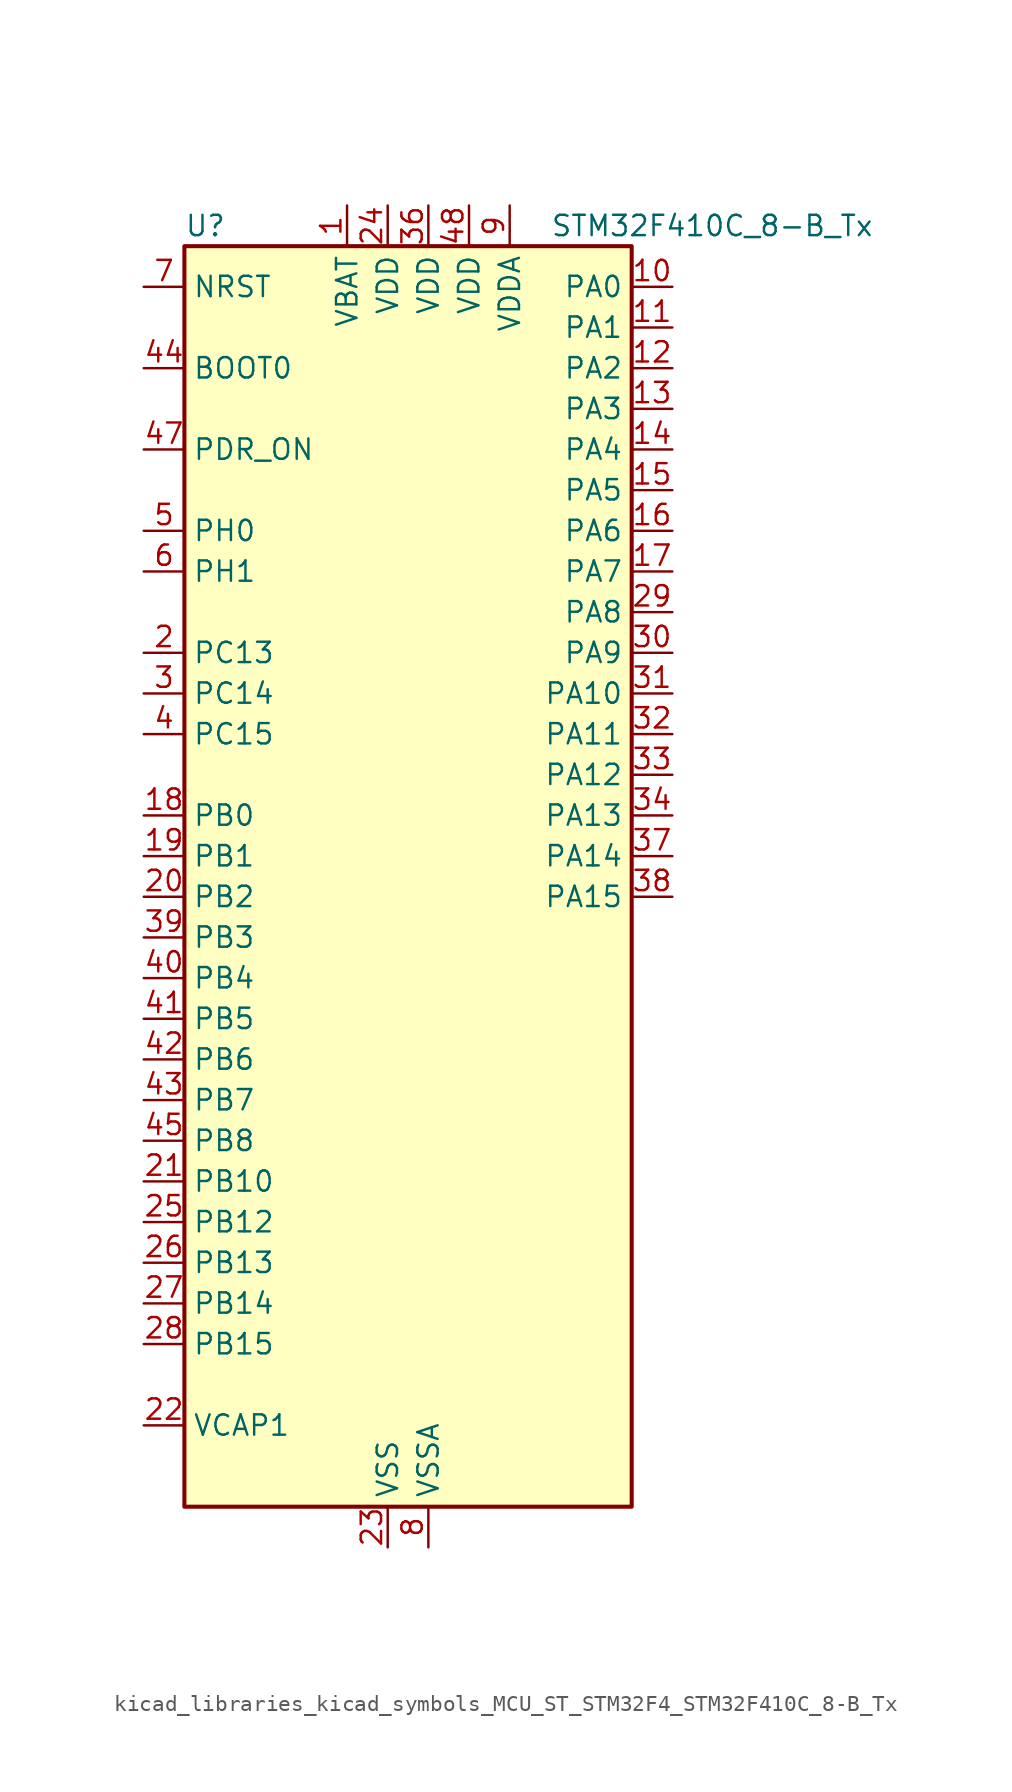
<source format=kicad_sym>
(kicad_symbol_lib
  (version 20220914)
  (generator kicad_symbol_editor)
  (symbol "kicad_libraries_kicad_symbols_MCU_ST_STM32F4_STM32F410C_8-B_Tx"
    (property "Reference" "U"
      (at -12.7 41.91 0)
      (effects (font (size 1.27 1.27)) (justify left)))
    (property "Value" "STM32F410C_8-B_Tx"
      (at 10.16 41.91 0)
      (effects (font (size 1.27 1.27)) (justify left)))
    (property "ki_locked" ""
      (at 0 0 0)
      (effects (font (size 1.27 1.27))))
    (symbol "kicad_libraries_kicad_symbols_MCU_ST_STM32F4_STM32F410C_8-B_Tx_0_1"
      (rectangle (start -12.7 -38.1) (end 15.24 40.64) (stroke (width 0.254) (type default)) (fill (type background))))
    (symbol "kicad_libraries_kicad_symbols_MCU_ST_STM32F4_STM32F410C_8-B_Tx_1_1"
      (pin power_in line (at -2.54 43.18 270) (length 2.54) (name "VBAT" (effects (font (size 1.27 1.27)))) (number "1" (effects (font (size 1.27 1.27)))))
      (pin bidirectional line (at 17.78 38.1 180) (length 2.54) (name "PA0" (effects (font (size 1.27 1.27)))) (number "10" (effects (font (size 1.27 1.27)))) (alternate "ADC1_IN0" bidirectional line) (alternate "SYS_WKUP1" bidirectional line) (alternate "TIM5_CH1" bidirectional line) (alternate "USART2_CTS" bidirectional line))
      (pin bidirectional line (at 17.78 35.56 180) (length 2.54) (name "PA1" (effects (font (size 1.27 1.27)))) (number "11" (effects (font (size 1.27 1.27)))) (alternate "ADC1_IN1" bidirectional line) (alternate "TIM5_CH2" bidirectional line) (alternate "USART2_RTS" bidirectional line))
      (pin bidirectional line (at 17.78 33.02 180) (length 2.54) (name "PA2" (effects (font (size 1.27 1.27)))) (number "12" (effects (font (size 1.27 1.27)))) (alternate "ADC1_IN2" bidirectional line) (alternate "I2S_CKIN" bidirectional line) (alternate "TIM5_CH3" bidirectional line) (alternate "TIM9_CH1" bidirectional line) (alternate "USART2_TX" bidirectional line))
      (pin bidirectional line (at 17.78 30.48 180) (length 2.54) (name "PA3" (effects (font (size 1.27 1.27)))) (number "13" (effects (font (size 1.27 1.27)))) (alternate "ADC1_IN3" bidirectional line) (alternate "I2S2_MCK" bidirectional line) (alternate "TIM5_CH4" bidirectional line) (alternate "TIM9_CH2" bidirectional line) (alternate "USART2_RX" bidirectional line))
      (pin bidirectional line (at 17.78 27.94 180) (length 2.54) (name "PA4" (effects (font (size 1.27 1.27)))) (number "14" (effects (font (size 1.27 1.27)))) (alternate "ADC1_IN4" bidirectional line) (alternate "I2S1_WS" bidirectional line) (alternate "SPI1_NSS" bidirectional line) (alternate "USART2_CK" bidirectional line))
      (pin bidirectional line (at 17.78 25.4 180) (length 2.54) (name "PA5" (effects (font (size 1.27 1.27)))) (number "15" (effects (font (size 1.27 1.27)))) (alternate "ADC1_IN5" bidirectional line) (alternate "DAC_OUT1" bidirectional line) (alternate "I2S1_CK" bidirectional line) (alternate "SPI1_SCK" bidirectional line))
      (pin bidirectional line (at 17.78 22.86 180) (length 2.54) (name "PA6" (effects (font (size 1.27 1.27)))) (number "16" (effects (font (size 1.27 1.27)))) (alternate "ADC1_IN6" bidirectional line) (alternate "I2S2_MCK" bidirectional line) (alternate "SPI1_MISO" bidirectional line) (alternate "TIM1_BKIN" bidirectional line))
      (pin bidirectional line (at 17.78 20.32 180) (length 2.54) (name "PA7" (effects (font (size 1.27 1.27)))) (number "17" (effects (font (size 1.27 1.27)))) (alternate "ADC1_IN7" bidirectional line) (alternate "I2S1_SD" bidirectional line) (alternate "SPI1_MOSI" bidirectional line) (alternate "TIM1_CH1N" bidirectional line))
      (pin bidirectional line (at -15.24 5.08 0) (length 2.54) (name "PB0" (effects (font (size 1.27 1.27)))) (number "18" (effects (font (size 1.27 1.27)))) (alternate "ADC1_IN8" bidirectional line) (alternate "I2S5_CK" bidirectional line) (alternate "SPI5_SCK" bidirectional line) (alternate "TIM1_CH2N" bidirectional line))
      (pin bidirectional line (at -15.24 2.54 0) (length 2.54) (name "PB1" (effects (font (size 1.27 1.27)))) (number "19" (effects (font (size 1.27 1.27)))) (alternate "ADC1_IN9" bidirectional line) (alternate "I2S5_WS" bidirectional line) (alternate "SPI5_NSS" bidirectional line) (alternate "TIM1_CH3N" bidirectional line))
      (pin bidirectional line (at -15.24 15.24 0) (length 2.54) (name "PC13" (effects (font (size 1.27 1.27)))) (number "2" (effects (font (size 1.27 1.27)))) (alternate "RTC_AF1" bidirectional line))
      (pin bidirectional line (at -15.24 0 0) (length 2.54) (name "PB2" (effects (font (size 1.27 1.27)))) (number "20" (effects (font (size 1.27 1.27)))) (alternate "LPTIM1_OUT" bidirectional line))
      (pin bidirectional line (at -15.24 -17.78 0) (length 2.54) (name "PB10" (effects (font (size 1.27 1.27)))) (number "21" (effects (font (size 1.27 1.27)))) (alternate "FMPI2C1_SCL" bidirectional line) (alternate "I2C2_SCL" bidirectional line) (alternate "I2S1_MCK" bidirectional line) (alternate "I2S2_CK" bidirectional line) (alternate "SPI2_SCK" bidirectional line))
      (pin power_out line (at -15.24 -33.02 0) (length 2.54) (name "VCAP1" (effects (font (size 1.27 1.27)))) (number "22" (effects (font (size 1.27 1.27)))))
      (pin power_in line (at 0 -40.64 90) (length 2.54) (name "VSS" (effects (font (size 1.27 1.27)))) (number "23" (effects (font (size 1.27 1.27)))))
      (pin power_in line (at 0 43.18 270) (length 2.54) (name "VDD" (effects (font (size 1.27 1.27)))) (number "24" (effects (font (size 1.27 1.27)))))
      (pin bidirectional line (at -15.24 -20.32 0) (length 2.54) (name "PB12" (effects (font (size 1.27 1.27)))) (number "25" (effects (font (size 1.27 1.27)))) (alternate "I2C2_SMBA" bidirectional line) (alternate "I2S2_WS" bidirectional line) (alternate "SPI2_NSS" bidirectional line) (alternate "TIM1_BKIN" bidirectional line) (alternate "TIM5_CH1" bidirectional line))
      (pin bidirectional line (at -15.24 -22.86 0) (length 2.54) (name "PB13" (effects (font (size 1.27 1.27)))) (number "26" (effects (font (size 1.27 1.27)))) (alternate "FMPI2C1_SMBA" bidirectional line) (alternate "I2S2_CK" bidirectional line) (alternate "SPI2_SCK" bidirectional line) (alternate "TIM1_CH1N" bidirectional line))
      (pin bidirectional line (at -15.24 -25.4 0) (length 2.54) (name "PB14" (effects (font (size 1.27 1.27)))) (number "27" (effects (font (size 1.27 1.27)))) (alternate "FMPI2C1_SDA" bidirectional line) (alternate "SPI2_MISO" bidirectional line) (alternate "TIM1_CH2N" bidirectional line))
      (pin bidirectional line (at -15.24 -27.94 0) (length 2.54) (name "PB15" (effects (font (size 1.27 1.27)))) (number "28" (effects (font (size 1.27 1.27)))) (alternate "ADC1_EXTI15" bidirectional line) (alternate "FMPI2C1_SCL" bidirectional line) (alternate "I2S2_SD" bidirectional line) (alternate "RTC_REFIN" bidirectional line) (alternate "SPI2_MOSI" bidirectional line) (alternate "TIM1_CH3N" bidirectional line))
      (pin bidirectional line (at 17.78 17.78 180) (length 2.54) (name "PA8" (effects (font (size 1.27 1.27)))) (number "29" (effects (font (size 1.27 1.27)))) (alternate "FMPI2C1_SCL" bidirectional line) (alternate "RCC_MCO_1" bidirectional line) (alternate "TIM1_CH1" bidirectional line) (alternate "USART1_CK" bidirectional line))
      (pin bidirectional line (at -15.24 12.7 0) (length 2.54) (name "PC14" (effects (font (size 1.27 1.27)))) (number "3" (effects (font (size 1.27 1.27)))) (alternate "RCC_OSC32_IN" bidirectional line))
      (pin bidirectional line (at 17.78 15.24 180) (length 2.54) (name "PA9" (effects (font (size 1.27 1.27)))) (number "30" (effects (font (size 1.27 1.27)))) (alternate "DAC_EXTI9" bidirectional line) (alternate "TIM1_CH2" bidirectional line) (alternate "USART1_TX" bidirectional line))
      (pin bidirectional line (at 17.78 12.7 180) (length 2.54) (name "PA10" (effects (font (size 1.27 1.27)))) (number "31" (effects (font (size 1.27 1.27)))) (alternate "I2S5_SD" bidirectional line) (alternate "SPI5_MOSI" bidirectional line) (alternate "TIM1_CH3" bidirectional line) (alternate "USART1_RX" bidirectional line))
      (pin bidirectional line (at 17.78 10.16 180) (length 2.54) (name "PA11" (effects (font (size 1.27 1.27)))) (number "32" (effects (font (size 1.27 1.27)))) (alternate "ADC1_EXTI11" bidirectional line) (alternate "TIM1_CH4" bidirectional line) (alternate "USART1_CTS" bidirectional line) (alternate "USART6_TX" bidirectional line))
      (pin bidirectional line (at 17.78 7.62 180) (length 2.54) (name "PA12" (effects (font (size 1.27 1.27)))) (number "33" (effects (font (size 1.27 1.27)))) (alternate "SPI5_MISO" bidirectional line) (alternate "TIM1_ETR" bidirectional line) (alternate "USART1_RTS" bidirectional line) (alternate "USART6_RX" bidirectional line))
      (pin bidirectional line (at 17.78 5.08 180) (length 2.54) (name "PA13" (effects (font (size 1.27 1.27)))) (number "34" (effects (font (size 1.27 1.27)))) (alternate "SYS_JTMS-SWDIO" bidirectional line))
      (pin passive line (at 0 -40.64 90) (length 2.54) hide (name "VSS" (effects (font (size 1.27 1.27)))) (number "35" (effects (font (size 1.27 1.27)))))
      (pin power_in line (at 2.54 43.18 270) (length 2.54) (name "VDD" (effects (font (size 1.27 1.27)))) (number "36" (effects (font (size 1.27 1.27)))))
      (pin bidirectional line (at 17.78 2.54 180) (length 2.54) (name "PA14" (effects (font (size 1.27 1.27)))) (number "37" (effects (font (size 1.27 1.27)))) (alternate "SYS_JTCK-SWCLK" bidirectional line))
      (pin bidirectional line (at 17.78 0 180) (length 2.54) (name "PA15" (effects (font (size 1.27 1.27)))) (number "38" (effects (font (size 1.27 1.27)))) (alternate "ADC1_EXTI15" bidirectional line) (alternate "I2S1_WS" bidirectional line) (alternate "SPI1_NSS" bidirectional line) (alternate "SYS_JTDI" bidirectional line) (alternate "USART1_TX" bidirectional line))
      (pin bidirectional line (at -15.24 -2.54 0) (length 2.54) (name "PB3" (effects (font (size 1.27 1.27)))) (number "39" (effects (font (size 1.27 1.27)))) (alternate "FMPI2C1_SDA" bidirectional line) (alternate "I2C2_SDA" bidirectional line) (alternate "I2S1_CK" bidirectional line) (alternate "SPI1_SCK" bidirectional line) (alternate "SYS_JTDO-SWO" bidirectional line) (alternate "USART1_RX" bidirectional line))
      (pin bidirectional line (at -15.24 10.16 0) (length 2.54) (name "PC15" (effects (font (size 1.27 1.27)))) (number "4" (effects (font (size 1.27 1.27)))) (alternate "ADC1_EXTI15" bidirectional line) (alternate "RCC_OSC32_OUT" bidirectional line))
      (pin bidirectional line (at -15.24 -5.08 0) (length 2.54) (name "PB4" (effects (font (size 1.27 1.27)))) (number "40" (effects (font (size 1.27 1.27)))) (alternate "SPI1_MISO" bidirectional line) (alternate "SYS_JTRST" bidirectional line))
      (pin bidirectional line (at -15.24 -7.62 0) (length 2.54) (name "PB5" (effects (font (size 1.27 1.27)))) (number "41" (effects (font (size 1.27 1.27)))) (alternate "I2C1_SMBA" bidirectional line) (alternate "I2S1_SD" bidirectional line) (alternate "LPTIM1_IN1" bidirectional line) (alternate "SPI1_MOSI" bidirectional line))
      (pin bidirectional line (at -15.24 -10.16 0) (length 2.54) (name "PB6" (effects (font (size 1.27 1.27)))) (number "42" (effects (font (size 1.27 1.27)))) (alternate "I2C1_SCL" bidirectional line) (alternate "LPTIM1_ETR" bidirectional line) (alternate "USART1_TX" bidirectional line))
      (pin bidirectional line (at -15.24 -12.7 0) (length 2.54) (name "PB7" (effects (font (size 1.27 1.27)))) (number "43" (effects (font (size 1.27 1.27)))) (alternate "I2C1_SDA" bidirectional line) (alternate "LPTIM1_IN2" bidirectional line) (alternate "USART1_RX" bidirectional line))
      (pin input line (at -15.24 33.02 0) (length 2.54) (name "BOOT0" (effects (font (size 1.27 1.27)))) (number "44" (effects (font (size 1.27 1.27)))))
      (pin bidirectional line (at -15.24 -15.24 0) (length 2.54) (name "PB8" (effects (font (size 1.27 1.27)))) (number "45" (effects (font (size 1.27 1.27)))) (alternate "I2C1_SCL" bidirectional line) (alternate "I2S5_SD" bidirectional line) (alternate "LPTIM1_OUT" bidirectional line) (alternate "SPI5_MOSI" bidirectional line))
      (pin passive line (at 0 -40.64 90) (length 2.54) hide (name "VSS" (effects (font (size 1.27 1.27)))) (number "46" (effects (font (size 1.27 1.27)))))
      (pin input line (at -15.24 27.94 0) (length 2.54) (name "PDR_ON" (effects (font (size 1.27 1.27)))) (number "47" (effects (font (size 1.27 1.27)))))
      (pin power_in line (at 5.08 43.18 270) (length 2.54) (name "VDD" (effects (font (size 1.27 1.27)))) (number "48" (effects (font (size 1.27 1.27)))))
      (pin bidirectional line (at -15.24 22.86 0) (length 2.54) (name "PH0" (effects (font (size 1.27 1.27)))) (number "5" (effects (font (size 1.27 1.27)))) (alternate "RCC_OSC_IN" bidirectional line))
      (pin bidirectional line (at -15.24 20.32 0) (length 2.54) (name "PH1" (effects (font (size 1.27 1.27)))) (number "6" (effects (font (size 1.27 1.27)))) (alternate "RCC_OSC_OUT" bidirectional line))
      (pin input line (at -15.24 38.1 0) (length 2.54) (name "NRST" (effects (font (size 1.27 1.27)))) (number "7" (effects (font (size 1.27 1.27)))))
      (pin power_in line (at 2.54 -40.64 90) (length 2.54) (name "VSSA" (effects (font (size 1.27 1.27)))) (number "8" (effects (font (size 1.27 1.27)))))
      (pin power_in line (at 7.62 43.18 270) (length 2.54) (name "VDDA" (effects (font (size 1.27 1.27)))) (number "9" (effects (font (size 1.27 1.27))))))))
</source>
